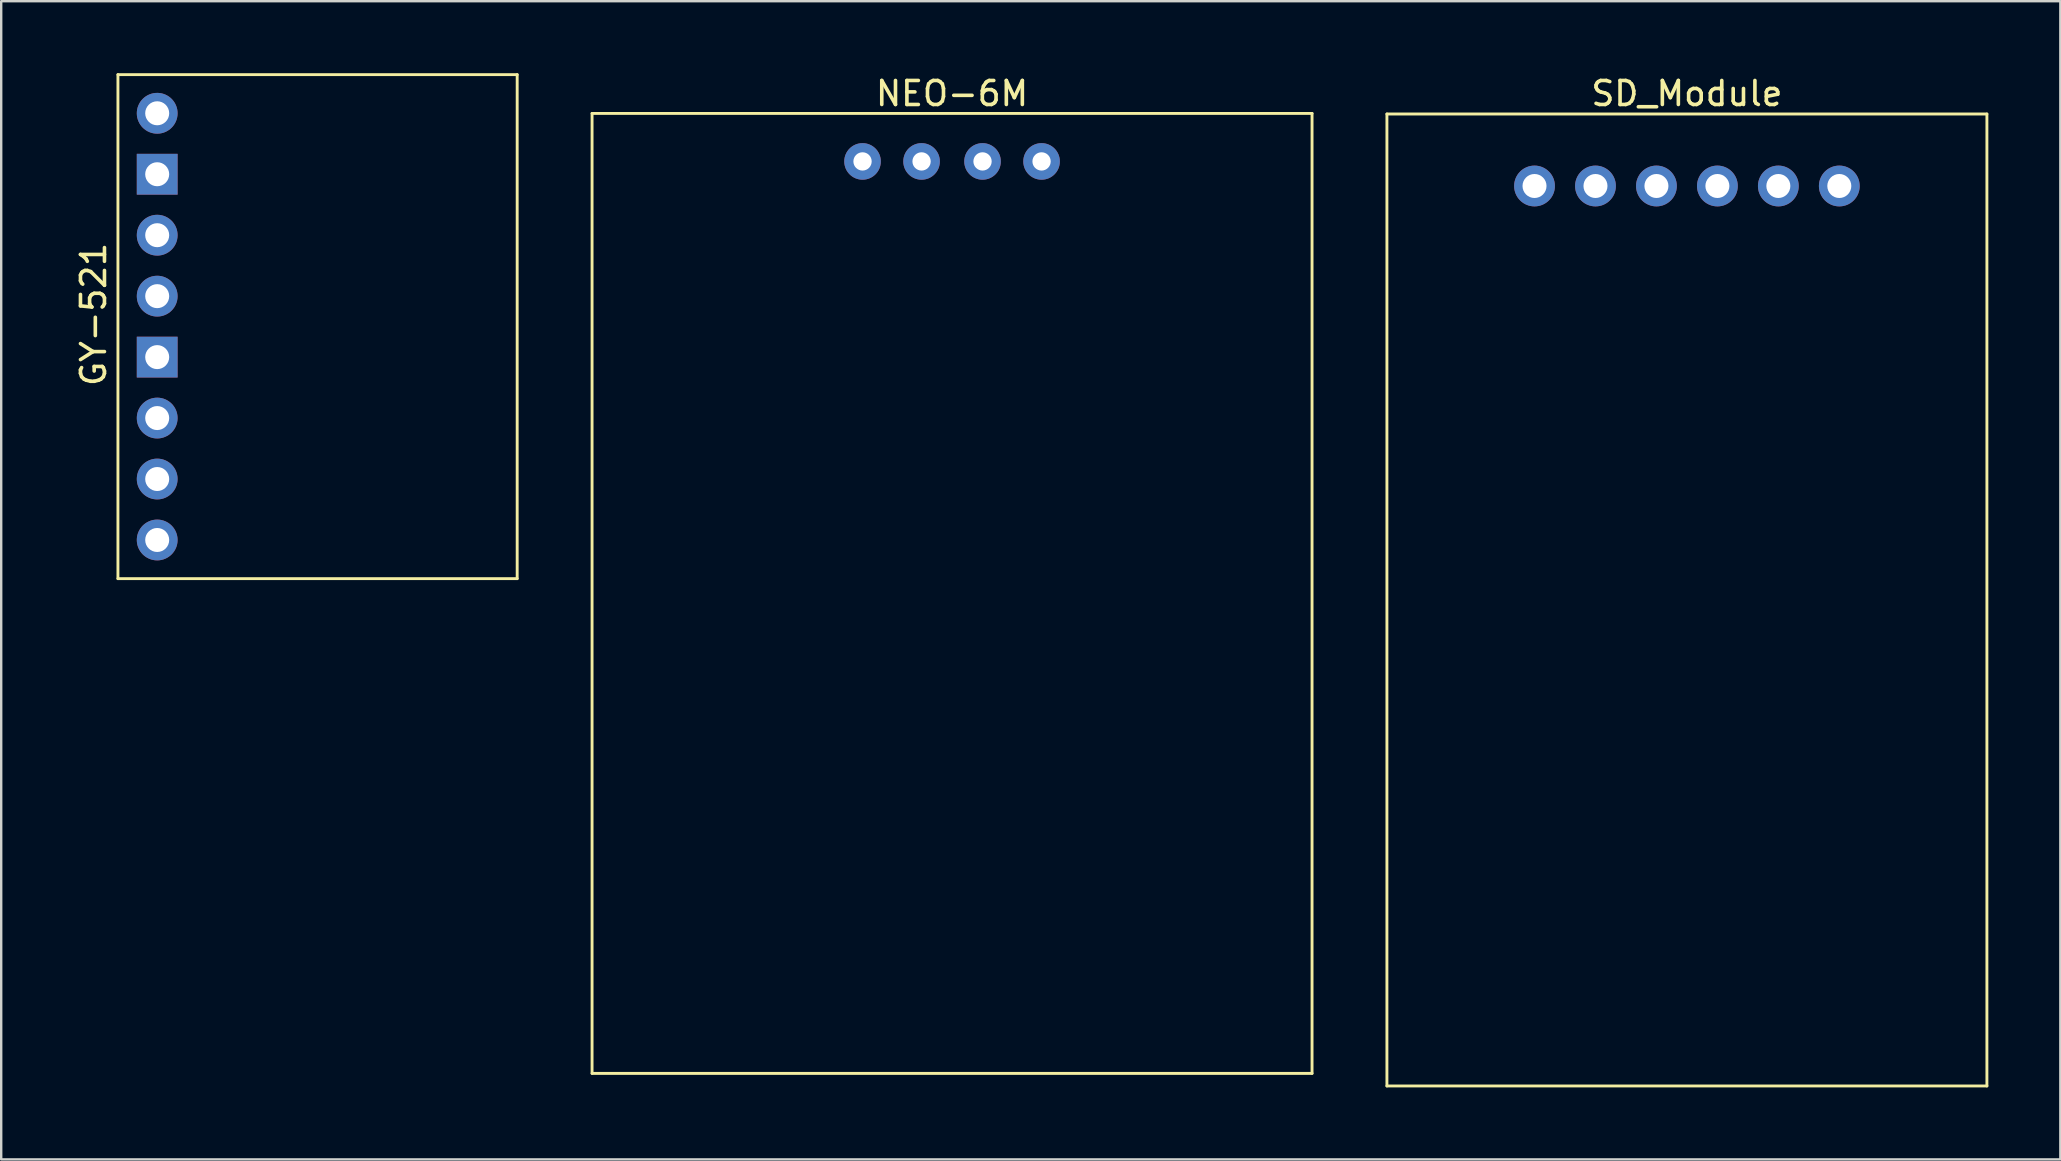
<source format=kicad_pcb>
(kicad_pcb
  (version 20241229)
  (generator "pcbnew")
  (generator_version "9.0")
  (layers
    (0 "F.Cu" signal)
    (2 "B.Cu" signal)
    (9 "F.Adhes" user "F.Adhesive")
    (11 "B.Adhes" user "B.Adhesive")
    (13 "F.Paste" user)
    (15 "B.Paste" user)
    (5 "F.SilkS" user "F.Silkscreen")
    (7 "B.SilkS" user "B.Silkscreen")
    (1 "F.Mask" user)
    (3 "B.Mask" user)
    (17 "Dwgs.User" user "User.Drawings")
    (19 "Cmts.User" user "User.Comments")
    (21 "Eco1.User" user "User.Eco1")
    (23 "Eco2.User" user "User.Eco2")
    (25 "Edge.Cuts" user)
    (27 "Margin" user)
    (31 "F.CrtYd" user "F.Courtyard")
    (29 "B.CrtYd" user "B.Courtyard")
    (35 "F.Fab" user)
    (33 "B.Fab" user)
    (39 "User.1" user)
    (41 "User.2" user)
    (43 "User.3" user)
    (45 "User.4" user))
  (footprint "SD_Module"
    (layer "F.Cu")
    (at 67.24 23.2)
    (property "Reference" "SD_Module" (at 0 -22.352 0) (layer "F.SilkS") (effects (font (size 1 1) (thickness 0.15))))
    (attr through_hole)
    (fp_line (start -12.5 -21.5) (end -12.5 19) (stroke (width 0.12) (type solid)) (layer "F.SilkS"))
    (fp_line (start -12.5 -21.5) (end 12.5 -21.5) (stroke (width 0.12) (type solid)) (layer "F.SilkS"))
    (fp_line (start -12.5 19) (end 12.5 19) (stroke (width 0.12) (type solid)) (layer "F.SilkS"))
    (fp_line (start 12.5 -21.5) (end 12.5 19) (stroke (width 0.12) (type solid)) (layer "F.SilkS"))
    (pad "1" thru_hole circle (at -6.35 -18.5) (size 1.7 1.7) (drill 1) (layers "*.Cu" "*.Mask"))
    (pad "2" thru_hole circle (at -3.81 -18.5) (size 1.7 1.7) (drill 1) (layers "*.Cu" "*.Mask"))
    (pad "3" thru_hole circle (at -1.27 -18.5) (size 1.7 1.7) (drill 1) (layers "*.Cu" "*.Mask"))
    (pad "4" thru_hole circle (at 1.27 -18.5) (size 1.7 1.7) (drill 1) (layers "*.Cu" "*.Mask"))
    (pad "5" thru_hole circle (at 3.81 -18.5) (size 1.7 1.7) (drill 1) (layers "*.Cu" "*.Mask"))
    (pad "6" thru_hole circle (at 6.35 -18.5) (size 1.7 1.7) (drill 1) (layers "*.Cu" "*.Mask")))
  (footprint "GY-521"
    (layer "F.Cu")
    (at 10.5 10.56)
    (property "Reference" "GY-521" (at -9.652 -0.508 270) (layer "F.SilkS") (effects (font (size 1 1) (thickness 0.15))))
    (attr through_hole)
    (fp_line (start -8.636 -10.5) (end -8.636 10.5) (stroke (width 0.12) (type solid)) (layer "F.SilkS"))
    (fp_line (start -8.636 -10.5) (end 8 -10.5) (stroke (width 0.12) (type solid)) (layer "F.SilkS"))
    (fp_line (start -8.636 10.5) (end 8 10.5) (stroke (width 0.12) (type solid)) (layer "F.SilkS"))
    (fp_line (start 8 10.5) (end 8 -10.5) (stroke (width 0.12) (type solid)) (layer "F.SilkS"))
    (pad "1" thru_hole circle (at -7 8.89) (size 1.7 1.7) (drill 1) (layers "*.Cu" "*.Mask"))
    (pad "2" thru_hole circle (at -7 6.35) (size 1.7 1.7) (drill 1) (layers "*.Cu" "*.Mask"))
    (pad "3" thru_hole circle (at -7 3.81) (size 1.7 1.7) (drill 1) (layers "*.Cu" "*.Mask"))
    (pad "4" thru_hole rect (at -7 1.27) (size 1.7 1.7) (drill 1) (layers "*.Cu" "*.Mask"))
    (pad "5" thru_hole circle (at -7 -1.27) (size 1.7 1.7) (drill 1) (layers "*.Cu" "*.Mask"))
    (pad "6" thru_hole circle (at -7 -3.81) (size 1.7 1.7) (drill 1) (layers "*.Cu" "*.Mask"))
    (pad "7" thru_hole rect (at -7 -6.35) (size 1.7 1.7) (drill 1) (layers "*.Cu" "*.Mask"))
    (pad "8" thru_hole circle (at -7 -8.89) (size 1.7 1.7) (drill 1) (layers "*.Cu" "*.Mask")))
  (footprint "NEO-6M"
    (layer "F.Cu")
    (at 36.62 21.676)
    (property "Reference" "NEO-6M" (at 0 -20.828 0) (layer "F.SilkS") (effects (font (size 1 1) (thickness 0.15))))
    (attr through_hole)
    (fp_line (start -15 -20) (end -15 20) (stroke (width 0.12) (type solid)) (layer "F.SilkS"))
    (fp_line (start -15 -20) (end 15 -20) (stroke (width 0.12) (type solid)) (layer "F.SilkS"))
    (fp_line (start -15 20) (end 15 20) (stroke (width 0.12) (type solid)) (layer "F.SilkS"))
    (fp_line (start 15 -20) (end 15 20) (stroke (width 0.12) (type solid)) (layer "F.SilkS"))
    (pad "1" thru_hole circle (at -3.73 -18) (size 1.524 1.524) (drill 0.762) (layers "*.Cu" "*.Mask"))
    (pad "2" thru_hole circle (at -1.27 -18) (size 1.524 1.524) (drill 0.762) (layers "*.Cu" "*.Mask"))
    (pad "3" thru_hole circle (at 1.27 -18) (size 1.524 1.524) (drill 0.762) (layers "*.Cu" "*.Mask"))
    (pad "4" thru_hole circle (at 3.73 -18) (size 1.524 1.524) (drill 0.762) (layers "*.Cu" "*.Mask")))
  (gr_rect
    (start -3 -3)
    (end 82.8 45.26)
    (stroke (width 0.1) (type default))
    (fill no)
    (layer "Edge.Cuts")))
</source>
